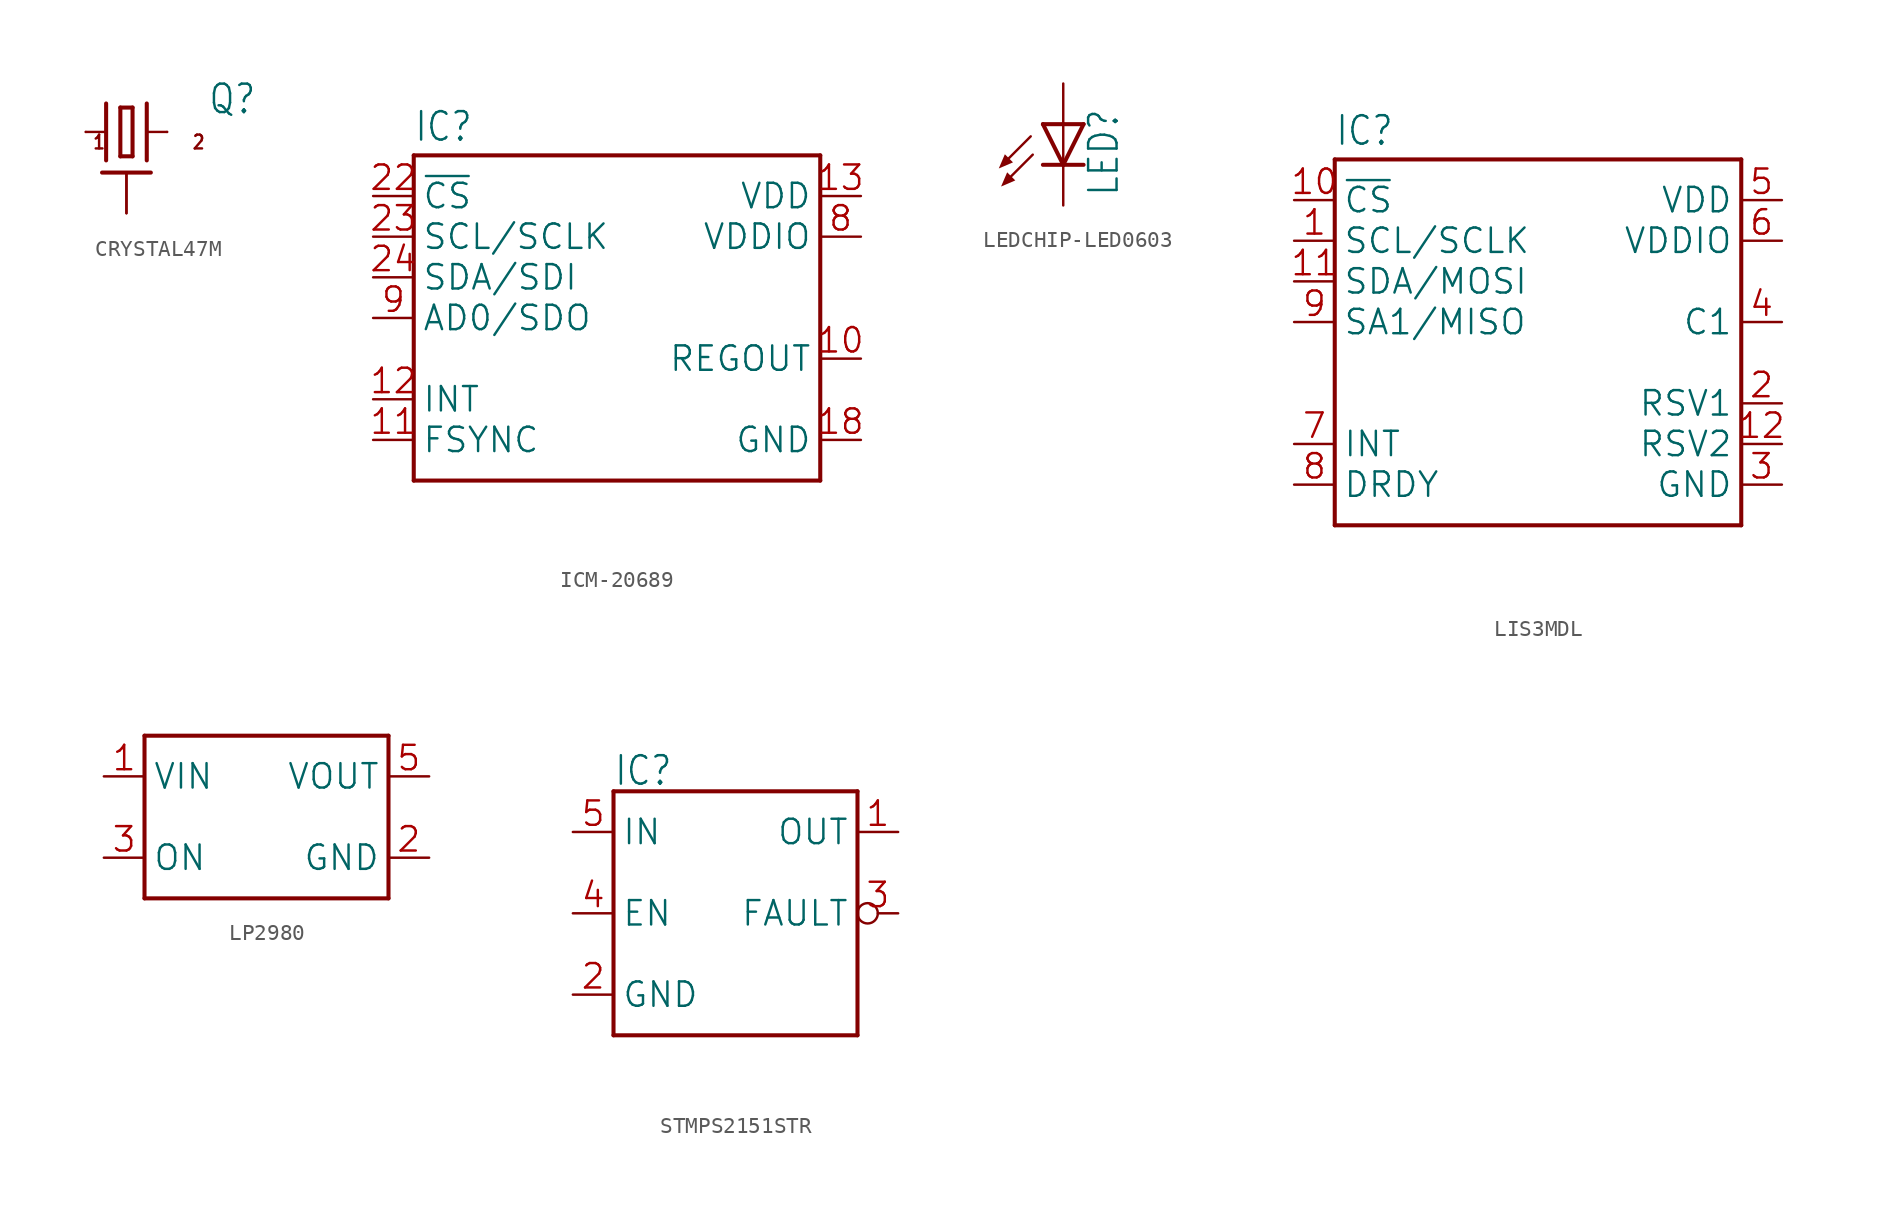
<source format=kicad_sym>
(kicad_symbol_lib
  (version 20241209)
  (generator "kicad_symbol_editor")
  (generator_version "9.0")
  (symbol "CRYSTAL47M"
    (property "Reference" "Q"
      (at 5.08 1.016 0)
      (effects (font (size 1.778 1.511)) (justify left bottom)))
    (property "Value" ""
      (at 5.08 -2.54 0)
      (effects (font (size 1.778 1.511)) (justify left bottom)))
    (property "ki_locked" ""
      (at 0 0 0)
      (effects (font (size 1.27 1.27))))
    (symbol "CRYSTAL47M_1_0"
      (polyline (pts (xy -2.54 0) (xy -1.27 0)) (stroke (width 0.152) (type solid)) (fill (type none)))
      (polyline (pts (xy -1.524 -2.54) (xy 1.524 -2.54)) (stroke (width 0.254) (type solid)) (fill (type none)))
      (polyline (pts (xy -1.27 1.778) (xy -1.27 -1.778)) (stroke (width 0.254) (type solid)) (fill (type none)))
      (polyline (pts (xy -0.381 1.524) (xy -0.381 -1.524)) (stroke (width 0.254) (type solid)) (fill (type none)))
      (polyline (pts (xy -0.381 -1.524) (xy 0.381 -1.524)) (stroke (width 0.254) (type solid)) (fill (type none)))
      (polyline (pts (xy 0.381 1.524) (xy -0.381 1.524)) (stroke (width 0.254) (type solid)) (fill (type none)))
      (polyline (pts (xy 0.381 -1.524) (xy 0.381 1.524)) (stroke (width 0.254) (type solid)) (fill (type none)))
      (polyline (pts (xy 1.27 1.778) (xy 1.27 -1.778)) (stroke (width 0.254) (type solid)) (fill (type none)))
      (polyline (pts (xy 1.27 0) (xy 2.54 0)) (stroke (width 0.152) (type solid)) (fill (type none)))
      (text "1" (at -2.159 -1.143 0) (effects (font (size 0.864 0.734)) (justify left bottom)))
      (text "2" (at 4.064 -1.143 0) (effects (font (size 0.864 0.734)) (justify left bottom)))
      (pin passive line (at -2.54 0 0) (length 0) (name "1" (effects (font (size 0 0)))) (number "1" (effects (font (size 0 0)))))
      (pin bidirectional line (at 0 -5.08 90) (length 2.54) (name "GND1" (effects (font (size 0 0)))) (number "2" (effects (font (size 0 0)))))
      (pin bidirectional line (at 0 -5.08 90) (length 2.54) (name "GND1" (effects (font (size 0 0)))) (number "4" (effects (font (size 0 0)))))
      (pin passive line (at 2.54 0 180) (length 0) (name "2" (effects (font (size 0 0)))) (number "3" (effects (font (size 0 0)))))))
  (symbol "ICM-20689"
    (property "Reference" "IC"
      (at -12.7 10.922 0)
      (effects (font (size 1.778 1.511)) (justify left bottom)))
    (property "Value" ""
      (at -12.7 -12.7 0)
      (effects (font (size 1.778 1.511)) (justify left bottom)))
    (property "ki_locked" ""
      (at 0 0 0)
      (effects (font (size 1.27 1.27))))
    (symbol "ICM-20689_1_0"
      (polyline (pts (xy -12.7 10.16) (xy -12.7 -10.16)) (stroke (width 0.254) (type solid)) (fill (type none)))
      (polyline (pts (xy -12.7 -10.16) (xy 12.7 -10.16)) (stroke (width 0.254) (type solid)) (fill (type none)))
      (polyline (pts (xy 12.7 10.16) (xy -12.7 10.16)) (stroke (width 0.254) (type solid)) (fill (type none)))
      (polyline (pts (xy 12.7 -10.16) (xy 12.7 10.16)) (stroke (width 0.254) (type solid)) (fill (type none)))
      (pin bidirectional line (at -15.24 7.62 0) (length 2.54) (name "~{CS}" (effects (font (size 1.524 1.524)))) (number "22" (effects (font (size 1.524 1.524)))))
      (pin bidirectional line (at -15.24 5.08 0) (length 2.54) (name "SCL/SCLK" (effects (font (size 1.524 1.524)))) (number "23" (effects (font (size 1.524 1.524)))))
      (pin bidirectional line (at -15.24 2.54 0) (length 2.54) (name "SDA/SDI" (effects (font (size 1.524 1.524)))) (number "24" (effects (font (size 1.524 1.524)))))
      (pin bidirectional line (at -15.24 0 0) (length 2.54) (name "AD0/SDO" (effects (font (size 1.524 1.524)))) (number "9" (effects (font (size 1.524 1.524)))))
      (pin bidirectional line (at -15.24 -5.08 0) (length 2.54) (name "INT" (effects (font (size 1.524 1.524)))) (number "12" (effects (font (size 1.524 1.524)))))
      (pin bidirectional line (at -15.24 -7.62 0) (length 2.54) (name "FSYNC" (effects (font (size 1.524 1.524)))) (number "11" (effects (font (size 1.524 1.524)))))
      (pin bidirectional line (at 15.24 7.62 180) (length 2.54) (name "VDD" (effects (font (size 1.524 1.524)))) (number "13" (effects (font (size 1.524 1.524)))))
      (pin bidirectional line (at 15.24 5.08 180) (length 2.54) (name "VDDIO" (effects (font (size 1.524 1.524)))) (number "8" (effects (font (size 1.524 1.524)))))
      (pin bidirectional line (at 15.24 -2.54 180) (length 2.54) (name "REGOUT" (effects (font (size 1.524 1.524)))) (number "10" (effects (font (size 1.524 1.524)))))
      (pin bidirectional line (at 15.24 -7.62 180) (length 2.54) (name "GND" (effects (font (size 1.524 1.524)))) (number "18" (effects (font (size 1.524 1.524)))))))
  (symbol "LEDCHIP-LED0603"
    (property "Reference" "LED"
      (at 3.556 -4.572 90)
      (effects (font (size 1.778 1.511)) (justify left bottom)))
    (property "Value" ""
      (at 5.715 -4.572 90)
      (effects (font (size 1.778 1.511)) (justify left bottom)))
    (symbol "LEDCHIP-LED0603_1_0"
      (polyline (pts (xy -4.03 -2.77) (xy -3.141 -2.389) (xy -3.649 -1.881)) (stroke (width -0.0001) (type solid)) (fill (type outline)))
      (polyline (pts (xy -3.886 -3.898) (xy -2.997 -3.517) (xy -3.505 -3.009)) (stroke (width -0.0001) (type solid)) (fill (type outline)))
      (polyline (pts (xy -2.032 -0.762) (xy -3.429 -2.159)) (stroke (width 0.152) (type solid)) (fill (type none)))
      (polyline (pts (xy -1.905 -1.905) (xy -3.302 -3.302)) (stroke (width 0.152) (type solid)) (fill (type none)))
      (polyline (pts (xy 0 0) (xy -1.27 0)) (stroke (width 0.254) (type solid)) (fill (type none)))
      (polyline (pts (xy 0 0) (xy 0 -2.54)) (stroke (width 0.152) (type solid)) (fill (type none)))
      (polyline (pts (xy 0 -2.54) (xy -1.27 0)) (stroke (width 0.254) (type solid)) (fill (type none)))
      (polyline (pts (xy 0 -2.54) (xy -1.27 -2.54)) (stroke (width 0.254) (type solid)) (fill (type none)))
      (polyline (pts (xy 1.27 0) (xy 0 0)) (stroke (width 0.254) (type solid)) (fill (type none)))
      (polyline (pts (xy 1.27 0) (xy 0 -2.54)) (stroke (width 0.254) (type solid)) (fill (type none)))
      (polyline (pts (xy 1.27 -2.54) (xy 0 -2.54)) (stroke (width 0.254) (type solid)) (fill (type none)))
      (pin passive line (at 0 2.54 270) (length 2.54) (name "A" (effects (font (size 0 0)))) (number "A" (effects (font (size 0 0)))))
      (pin passive line (at 0 -5.08 90) (length 2.54) (name "C" (effects (font (size 0 0)))) (number "C" (effects (font (size 0 0)))))))
  (symbol "LIS3MDL"
    (property "Reference" "IC"
      (at -12.7 13.462 0)
      (effects (font (size 1.778 1.511)) (justify left bottom)))
    (property "Value" ""
      (at -12.7 -12.7 0)
      (effects (font (size 1.778 1.511)) (justify left bottom)))
    (property "ki_locked" ""
      (at 0 0 0)
      (effects (font (size 1.27 1.27))))
    (symbol "LIS3MDL_1_0"
      (polyline (pts (xy -12.7 12.7) (xy -12.7 -10.16)) (stroke (width 0.254) (type solid)) (fill (type none)))
      (polyline (pts (xy -12.7 -10.16) (xy 12.7 -10.16)) (stroke (width 0.254) (type solid)) (fill (type none)))
      (polyline (pts (xy 12.7 12.7) (xy -12.7 12.7)) (stroke (width 0.254) (type solid)) (fill (type none)))
      (polyline (pts (xy 12.7 -10.16) (xy 12.7 12.7)) (stroke (width 0.254) (type solid)) (fill (type none)))
      (pin bidirectional line (at -15.24 10.16 0) (length 2.54) (name "~{CS}" (effects (font (size 1.524 1.524)))) (number "10" (effects (font (size 1.524 1.524)))))
      (pin bidirectional line (at -15.24 7.62 0) (length 2.54) (name "SCL/SCLK" (effects (font (size 1.524 1.524)))) (number "1" (effects (font (size 1.524 1.524)))))
      (pin bidirectional line (at -15.24 5.08 0) (length 2.54) (name "SDA/MOSI" (effects (font (size 1.524 1.524)))) (number "11" (effects (font (size 1.524 1.524)))))
      (pin bidirectional line (at -15.24 2.54 0) (length 2.54) (name "SA1/MISO" (effects (font (size 1.524 1.524)))) (number "9" (effects (font (size 1.524 1.524)))))
      (pin bidirectional line (at -15.24 -5.08 0) (length 2.54) (name "INT" (effects (font (size 1.524 1.524)))) (number "7" (effects (font (size 1.524 1.524)))))
      (pin bidirectional line (at -15.24 -7.62 0) (length 2.54) (name "DRDY" (effects (font (size 1.524 1.524)))) (number "8" (effects (font (size 1.524 1.524)))))
      (pin bidirectional line (at 15.24 10.16 180) (length 2.54) (name "VDD" (effects (font (size 1.524 1.524)))) (number "5" (effects (font (size 1.524 1.524)))))
      (pin bidirectional line (at 15.24 7.62 180) (length 2.54) (name "VDDIO" (effects (font (size 1.524 1.524)))) (number "6" (effects (font (size 1.524 1.524)))))
      (pin bidirectional line (at 15.24 2.54 180) (length 2.54) (name "C1" (effects (font (size 1.524 1.524)))) (number "4" (effects (font (size 1.524 1.524)))))
      (pin bidirectional line (at 15.24 -2.54 180) (length 2.54) (name "RSV1" (effects (font (size 1.524 1.524)))) (number "2" (effects (font (size 1.524 1.524)))))
      (pin bidirectional line (at 15.24 -5.08 180) (length 2.54) (name "RSV2" (effects (font (size 1.524 1.524)))) (number "12" (effects (font (size 1.524 1.524)))))
      (pin bidirectional line (at 15.24 -7.62 180) (length 2.54) (name "GND" (effects (font (size 1.524 1.524)))) (number "3" (effects (font (size 1.524 1.524)))))))
  (symbol "LP2980"
    (property "Reference" "IC"
      (at -7.62 5.588 0)
      (effects (font (size 1.778 1.511)) (justify left bottom) (hide yes)))
    (property "ki_locked" ""
      (at 0 0 0)
      (effects (font (size 1.27 1.27))))
    (symbol "LP2980_1_0"
      (polyline (pts (xy -7.62 5.08) (xy 7.62 5.08)) (stroke (width 0.254) (type solid)) (fill (type none)))
      (polyline (pts (xy -7.62 -5.08) (xy -7.62 5.08)) (stroke (width 0.254) (type solid)) (fill (type none)))
      (polyline (pts (xy 7.62 5.08) (xy 7.62 -5.08)) (stroke (width 0.254) (type solid)) (fill (type none)))
      (polyline (pts (xy 7.62 -5.08) (xy -7.62 -5.08)) (stroke (width 0.254) (type solid)) (fill (type none)))
      (pin passive line (at -10.16 2.54 0) (length 2.54) (name "VIN" (effects (font (size 1.524 1.524)))) (number "1" (effects (font (size 1.524 1.524)))))
      (pin bidirectional line (at -10.16 -2.54 0) (length 2.54) (name "ON" (effects (font (size 1.524 1.524)))) (number "3" (effects (font (size 1.524 1.524)))))
      (pin passive line (at 10.16 2.54 180) (length 2.54) (name "VOUT" (effects (font (size 1.524 1.524)))) (number "5" (effects (font (size 1.524 1.524)))))
      (pin power_in line (at 10.16 -2.54 180) (length 2.54) (name "GND" (effects (font (size 1.524 1.524)))) (number "2" (effects (font (size 1.524 1.524)))))))
  (symbol "STMPS2151STR"
    (property "Reference" "IC"
      (at -7.62 7.874 0)
      (effects (font (size 1.778 1.511)) (justify left bottom)))
    (property "Value" ""
      (at -7.62 -10.16 0)
      (effects (font (size 1.778 1.511)) (justify left bottom)))
    (property "ki_locked" ""
      (at 0 0 0)
      (effects (font (size 1.27 1.27))))
    (symbol "STMPS2151STR_1_0"
      (polyline (pts (xy -7.62 7.62) (xy 7.62 7.62)) (stroke (width 0.254) (type solid)) (fill (type none)))
      (polyline (pts (xy -7.62 -7.62) (xy -7.62 7.62)) (stroke (width 0.254) (type solid)) (fill (type none)))
      (polyline (pts (xy 7.62 7.62) (xy 7.62 -7.62)) (stroke (width 0.254) (type solid)) (fill (type none)))
      (polyline (pts (xy 7.62 -7.62) (xy -7.62 -7.62)) (stroke (width 0.254) (type solid)) (fill (type none)))
      (pin passive line (at -10.16 5.08 0) (length 2.54) (name "IN" (effects (font (size 1.524 1.524)))) (number "5" (effects (font (size 1.524 1.524)))))
      (pin input line (at -10.16 0 0) (length 2.54) (name "EN" (effects (font (size 1.524 1.524)))) (number "4" (effects (font (size 1.524 1.524)))))
      (pin power_in line (at -10.16 -5.08 0) (length 2.54) (name "GND" (effects (font (size 1.524 1.524)))) (number "2" (effects (font (size 1.524 1.524)))))
      (pin passive line (at 10.16 5.08 180) (length 2.54) (name "OUT" (effects (font (size 1.524 1.524)))) (number "1" (effects (font (size 1.524 1.524)))))
      (pin output inverted (at 10.16 0 180) (length 2.54) (name "FAULT" (effects (font (size 1.524 1.524)))) (number "3" (effects (font (size 1.524 1.524))))))))
</source>
